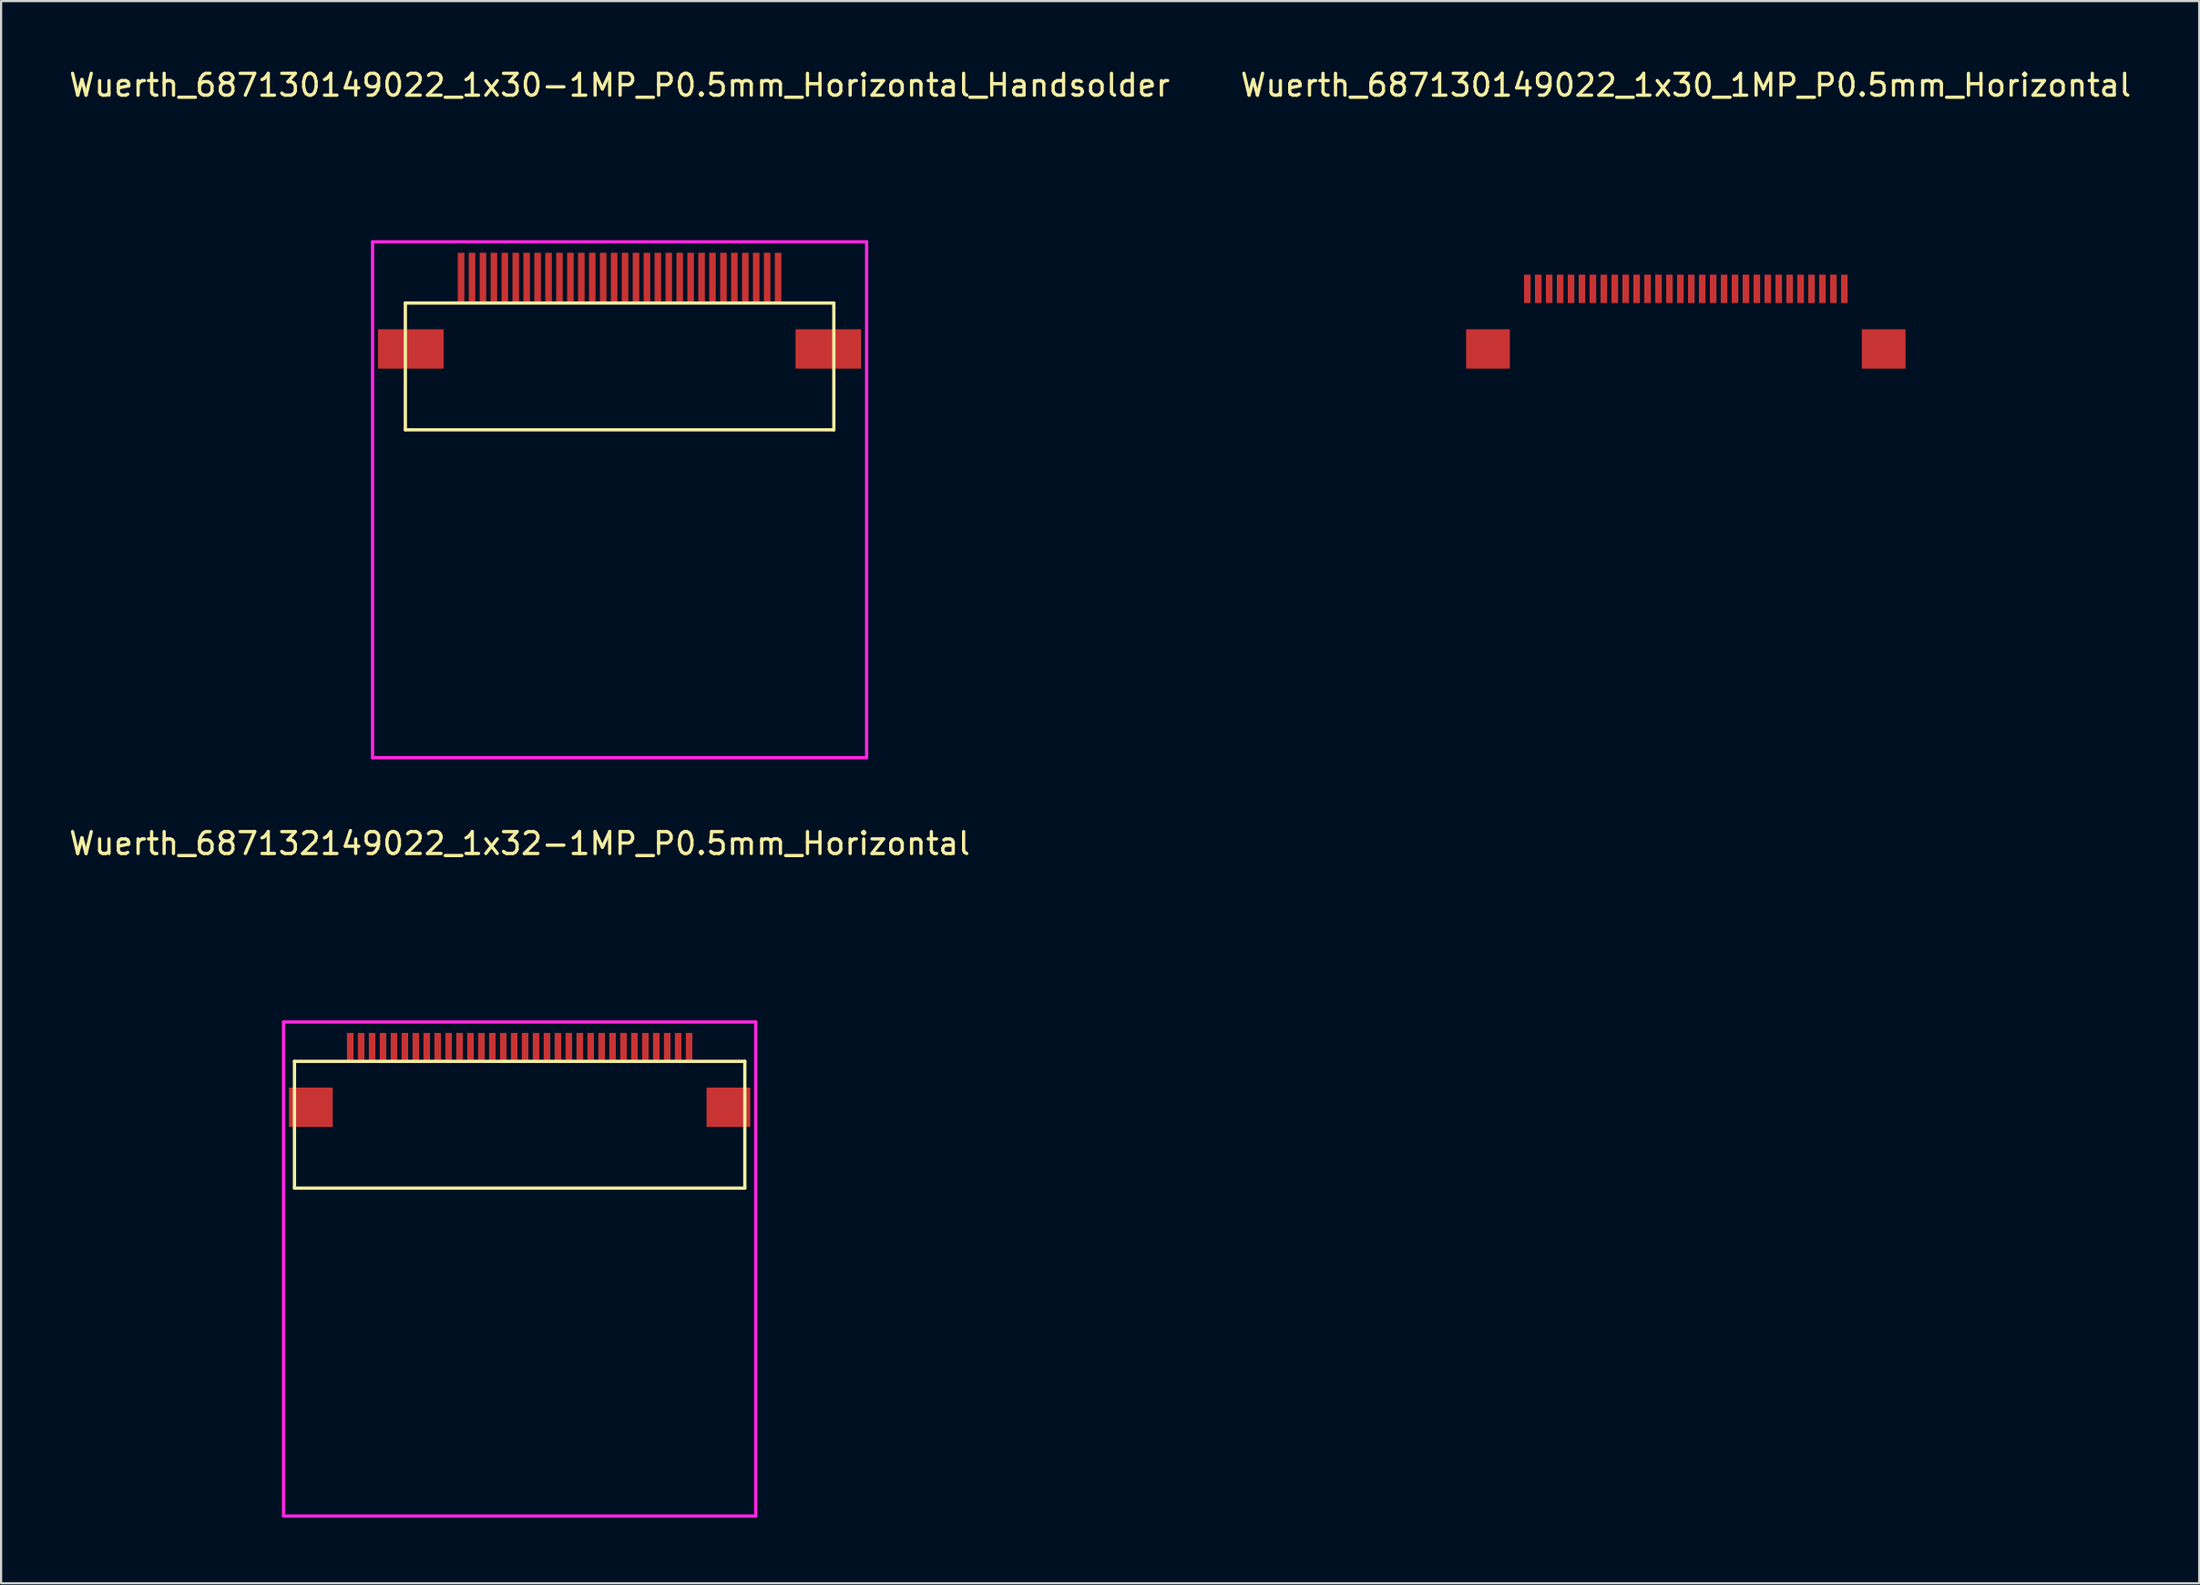
<source format=kicad_pcb>
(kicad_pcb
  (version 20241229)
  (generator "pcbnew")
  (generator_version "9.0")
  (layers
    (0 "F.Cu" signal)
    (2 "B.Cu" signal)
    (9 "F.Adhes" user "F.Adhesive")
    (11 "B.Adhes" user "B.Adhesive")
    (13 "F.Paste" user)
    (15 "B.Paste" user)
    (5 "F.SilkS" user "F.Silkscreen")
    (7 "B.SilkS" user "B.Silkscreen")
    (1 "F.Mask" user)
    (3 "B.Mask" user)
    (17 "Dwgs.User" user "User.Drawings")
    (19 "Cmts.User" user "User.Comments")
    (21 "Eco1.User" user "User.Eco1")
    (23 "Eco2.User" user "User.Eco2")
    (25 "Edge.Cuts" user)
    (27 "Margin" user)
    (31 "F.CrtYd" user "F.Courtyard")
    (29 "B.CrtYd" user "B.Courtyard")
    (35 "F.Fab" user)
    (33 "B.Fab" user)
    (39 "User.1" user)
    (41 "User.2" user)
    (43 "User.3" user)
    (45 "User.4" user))
  (footprint "Wuerth_687130149022_1x30-1MP_P0.5mm_Horizontal_Handsolder"
    (layer "F.Cu")
    (at 25.292 12.913)
    (property "Reference" "Wuerth_687130149022_1x30-1MP_P0.5mm_Horizontal_Handsolder" (at 0 -12.065 0) (layer "F.SilkS") (effects (font (size 1 1) (thickness 0.15))))
    (attr through_hole)
    (fp_line (start -9.8 -2.1) (end 9.8 -2.1) (stroke (width 0.15) (type solid)) (layer "F.SilkS"))
    (fp_line (start -9.8 3.7) (end -9.8 -2.1) (stroke (width 0.15) (type solid)) (layer "F.SilkS"))
    (fp_line (start 9.8 -2.1) (end 9.8 3.7) (stroke (width 0.15) (type solid)) (layer "F.SilkS"))
    (fp_line (start 9.8 3.7) (end -9.8 3.7) (stroke (width 0.15) (type solid)) (layer "F.SilkS"))
    (fp_line (start -11.3 -4.9) (end 11.3 -4.9) (stroke (width 0.15) (type solid)) (layer "F.CrtYd"))
    (fp_line (start -11.3 18.7) (end -11.3 -4.9) (stroke (width 0.15) (type solid)) (layer "F.CrtYd"))
    (fp_line (start 11.3 -4.9) (end 11.3 18.7) (stroke (width 0.15) (type solid)) (layer "F.CrtYd"))
    (fp_line (start 11.3 18.7) (end -11.3 18.7) (stroke (width 0.15) (type solid)) (layer "F.CrtYd"))
    (pad "1" smd rect (at -7.25 -3.25) (size 0.3 2.3) (layers "F.Cu" "F.Mask"))
    (pad "2" smd rect (at -6.75 -3.25) (size 0.3 2.3) (layers "F.Cu" "F.Mask"))
    (pad "3" smd rect (at -6.25 -3.25) (size 0.3 2.3) (layers "F.Cu" "F.Mask"))
    (pad "4" smd rect (at -5.75 -3.25) (size 0.3 2.3) (layers "F.Cu" "F.Mask"))
    (pad "5" smd rect (at -5.25 -3.25) (size 0.3 2.3) (layers "F.Cu" "F.Mask"))
    (pad "6" smd rect (at -4.75 -3.25) (size 0.3 2.3) (layers "F.Cu" "F.Mask"))
    (pad "7" smd rect (at -4.25 -3.25) (size 0.3 2.3) (layers "F.Cu" "F.Mask"))
    (pad "8" smd rect (at -3.75 -3.25) (size 0.3 2.3) (layers "F.Cu" "F.Mask"))
    (pad "9" smd rect (at -3.25 -3.25) (size 0.3 2.3) (layers "F.Cu" "F.Mask"))
    (pad "10" smd rect (at -2.75 -3.25) (size 0.3 2.3) (layers "F.Cu" "F.Mask"))
    (pad "11" smd rect (at -2.25 -3.25) (size 0.3 2.3) (layers "F.Cu" "F.Mask"))
    (pad "12" smd rect (at -1.75 -3.25) (size 0.3 2.3) (layers "F.Cu" "F.Mask"))
    (pad "13" smd rect (at -1.25 -3.25) (size 0.3 2.3) (layers "F.Cu" "F.Mask"))
    (pad "14" smd rect (at -0.75 -3.25) (size 0.3 2.3) (layers "F.Cu" "F.Mask"))
    (pad "15" smd rect (at -0.25 -3.25) (size 0.3 2.3) (layers "F.Cu" "F.Mask"))
    (pad "16" smd rect (at 0.25 -3.25) (size 0.3 2.3) (layers "F.Cu" "F.Mask"))
    (pad "17" smd rect (at 0.75 -3.25) (size 0.3 2.3) (layers "F.Cu" "F.Mask"))
    (pad "18" smd rect (at 1.25 -3.25) (size 0.3 2.3) (layers "F.Cu" "F.Mask"))
    (pad "19" smd rect (at 1.75 -3.25) (size 0.3 2.3) (layers "F.Cu" "F.Mask"))
    (pad "20" smd rect (at 2.25 -3.25) (size 0.3 2.3) (layers "F.Cu" "F.Mask"))
    (pad "21" smd rect (at 2.75 -3.25) (size 0.3 2.3) (layers "F.Cu" "F.Mask"))
    (pad "22" smd rect (at 3.25 -3.25) (size 0.3 2.3) (layers "F.Cu" "F.Mask"))
    (pad "23" smd rect (at 3.75 -3.25) (size 0.3 2.3) (layers "F.Cu" "F.Mask"))
    (pad "24" smd rect (at 4.25 -3.25) (size 0.3 2.3) (layers "F.Cu" "F.Mask"))
    (pad "25" smd rect (at 4.75 -3.25) (size 0.3 2.3) (layers "F.Cu" "F.Mask"))
    (pad "26" smd rect (at 5.25 -3.25) (size 0.3 2.3) (layers "F.Cu" "F.Mask"))
    (pad "27" smd rect (at 5.75 -3.25) (size 0.3 2.3) (layers "F.Cu" "F.Mask"))
    (pad "28" smd rect (at 6.25 -3.25) (size 0.3 2.3) (layers "F.Cu" "F.Mask"))
    (pad "29" smd rect (at 6.75 -3.25) (size 0.3 2.3) (layers "F.Cu" "F.Mask"))
    (pad "30" smd rect (at 7.25 -3.25) (size 0.3 2.3) (layers "F.Cu" "F.Mask"))
    (pad "MP" smd rect (at -9.55 0) (size 3 1.8) (layers "F.Cu" "F.Mask"))
    (pad "MP" smd rect (at 9.55 0) (size 3 1.8) (layers "F.Cu" "F.Mask")))
  (footprint "Wuerth_687132149022_1x32-1MP_P0.5mm_Horizontal"
    (layer "F.Cu")
    (at 20.72 47.602)
    (property "Reference" "Wuerth_687132149022_1x32-1MP_P0.5mm_Horizontal" (at 0 -12.065 0) (layer "F.SilkS") (effects (font (size 1 1) (thickness 0.15))))
    (attr through_hole)
    (fp_line (start -10.3 -2.1) (end 10.3 -2.1) (stroke (width 0.15) (type solid)) (layer "F.SilkS"))
    (fp_line (start -10.3 3.7) (end -10.3 -2.1) (stroke (width 0.15) (type solid)) (layer "F.SilkS"))
    (fp_line (start 10.3 -2.1) (end 10.3 3.7) (stroke (width 0.15) (type solid)) (layer "F.SilkS"))
    (fp_line (start 10.3 3.7) (end -10.3 3.7) (stroke (width 0.15) (type solid)) (layer "F.SilkS"))
    (fp_line (start -10.8 -3.9) (end 10.8 -3.9) (stroke (width 0.15) (type solid)) (layer "F.CrtYd"))
    (fp_line (start -10.8 18.7) (end -10.8 -3.9) (stroke (width 0.15) (type solid)) (layer "F.CrtYd"))
    (fp_line (start 10.8 -3.9) (end 10.8 18.7) (stroke (width 0.15) (type solid)) (layer "F.CrtYd"))
    (fp_line (start 10.8 18.7) (end -10.8 18.7) (stroke (width 0.15) (type solid)) (layer "F.CrtYd"))
    (pad "1" smd rect (at -7.75 -2.75) (size 0.3 1.3) (layers "F.Cu" "F.Mask" "F.Paste"))
    (pad "2" smd rect (at -7.25 -2.75) (size 0.3 1.3) (layers "F.Cu" "F.Mask" "F.Paste"))
    (pad "3" smd rect (at -6.75 -2.75) (size 0.3 1.3) (layers "F.Cu" "F.Mask" "F.Paste"))
    (pad "4" smd rect (at -6.25 -2.75) (size 0.3 1.3) (layers "F.Cu" "F.Mask" "F.Paste"))
    (pad "5" smd rect (at -5.75 -2.75) (size 0.3 1.3) (layers "F.Cu" "F.Mask" "F.Paste"))
    (pad "6" smd rect (at -5.25 -2.75) (size 0.3 1.3) (layers "F.Cu" "F.Mask" "F.Paste"))
    (pad "7" smd rect (at -4.75 -2.75) (size 0.3 1.3) (layers "F.Cu" "F.Mask" "F.Paste"))
    (pad "8" smd rect (at -4.25 -2.75) (size 0.3 1.3) (layers "F.Cu" "F.Mask" "F.Paste"))
    (pad "9" smd rect (at -3.75 -2.75) (size 0.3 1.3) (layers "F.Cu" "F.Mask" "F.Paste"))
    (pad "10" smd rect (at -3.25 -2.75) (size 0.3 1.3) (layers "F.Cu" "F.Mask" "F.Paste"))
    (pad "11" smd rect (at -2.75 -2.75) (size 0.3 1.3) (layers "F.Cu" "F.Mask" "F.Paste"))
    (pad "12" smd rect (at -2.25 -2.75) (size 0.3 1.3) (layers "F.Cu" "F.Mask" "F.Paste"))
    (pad "13" smd rect (at -1.75 -2.75) (size 0.3 1.3) (layers "F.Cu" "F.Mask" "F.Paste"))
    (pad "14" smd rect (at -1.25 -2.75) (size 0.3 1.3) (layers "F.Cu" "F.Mask" "F.Paste"))
    (pad "15" smd rect (at -0.75 -2.75) (size 0.3 1.3) (layers "F.Cu" "F.Mask" "F.Paste"))
    (pad "16" smd rect (at -0.25 -2.75) (size 0.3 1.3) (layers "F.Cu" "F.Mask" "F.Paste"))
    (pad "17" smd rect (at 0.25 -2.75) (size 0.3 1.3) (layers "F.Cu" "F.Mask" "F.Paste"))
    (pad "18" smd rect (at 0.75 -2.75) (size 0.3 1.3) (layers "F.Cu" "F.Mask" "F.Paste"))
    (pad "19" smd rect (at 1.25 -2.75) (size 0.3 1.3) (layers "F.Cu" "F.Mask" "F.Paste"))
    (pad "20" smd rect (at 1.75 -2.75) (size 0.3 1.3) (layers "F.Cu" "F.Mask" "F.Paste"))
    (pad "21" smd rect (at 2.25 -2.75) (size 0.3 1.3) (layers "F.Cu" "F.Mask" "F.Paste"))
    (pad "22" smd rect (at 2.75 -2.75) (size 0.3 1.3) (layers "F.Cu" "F.Mask" "F.Paste"))
    (pad "23" smd rect (at 3.25 -2.75) (size 0.3 1.3) (layers "F.Cu" "F.Mask" "F.Paste"))
    (pad "24" smd rect (at 3.75 -2.75) (size 0.3 1.3) (layers "F.Cu" "F.Mask" "F.Paste"))
    (pad "25" smd rect (at 4.25 -2.75) (size 0.3 1.3) (layers "F.Cu" "F.Mask" "F.Paste"))
    (pad "26" smd rect (at 4.75 -2.75) (size 0.3 1.3) (layers "F.Cu" "F.Mask" "F.Paste"))
    (pad "27" smd rect (at 5.25 -2.75) (size 0.3 1.3) (layers "F.Cu" "F.Mask" "F.Paste"))
    (pad "28" smd rect (at 5.75 -2.75) (size 0.3 1.3) (layers "F.Cu" "F.Mask" "F.Paste"))
    (pad "29" smd rect (at 6.25 -2.75) (size 0.3 1.3) (layers "F.Cu" "F.Mask" "F.Paste"))
    (pad "30" smd rect (at 6.75 -2.75) (size 0.3 1.3) (layers "F.Cu" "F.Mask" "F.Paste"))
    (pad "31" smd rect (at 7.25 -2.75) (size 0.3 1.3) (layers "F.Cu" "F.Mask" "F.Paste"))
    (pad "32" smd rect (at 7.75 -2.75) (size 0.3 1.3) (layers "F.Cu" "F.Mask" "F.Paste"))
    (pad "MP" smd rect (at -9.55 0) (size 2 1.8) (layers "F.Cu" "F.Mask" "F.Paste"))
    (pad "MP" smd rect (at 9.55 0) (size 2 1.8) (layers "F.Cu" "F.Mask" "F.Paste")))
  (footprint "Wuerth_687130149022_1x30_1MP_P0.5mm_Horizontal"
    (layer "F.Cu")
    (at 74.065 12.913)
    (property "Reference" "Wuerth_687130149022_1x30_1MP_P0.5mm_Horizontal" (at 0 -12.065 0) (layer "F.SilkS") (effects (font (size 1 1) (thickness 0.15))))
    (attr through_hole)
    (pad "1" smd rect (at -7.25 -2.75) (size 0.3 1.3) (layers "F.Cu" "F.Mask"))
    (pad "2" smd rect (at -6.75 -2.75) (size 0.3 1.3) (layers "F.Cu" "F.Mask"))
    (pad "3" smd rect (at -6.25 -2.75) (size 0.3 1.3) (layers "F.Cu" "F.Mask"))
    (pad "4" smd rect (at -5.75 -2.75) (size 0.3 1.3) (layers "F.Cu" "F.Mask"))
    (pad "5" smd rect (at -5.25 -2.75) (size 0.3 1.3) (layers "F.Cu" "F.Mask"))
    (pad "6" smd rect (at -4.75 -2.75) (size 0.3 1.3) (layers "F.Cu" "F.Mask"))
    (pad "7" smd rect (at -4.25 -2.75) (size 0.3 1.3) (layers "F.Cu" "F.Mask"))
    (pad "8" smd rect (at -3.75 -2.75) (size 0.3 1.3) (layers "F.Cu" "F.Mask"))
    (pad "9" smd rect (at -3.25 -2.75) (size 0.3 1.3) (layers "F.Cu" "F.Mask"))
    (pad "10" smd rect (at -2.75 -2.75) (size 0.3 1.3) (layers "F.Cu" "F.Mask"))
    (pad "11" smd rect (at -2.25 -2.75) (size 0.3 1.3) (layers "F.Cu" "F.Mask"))
    (pad "12" smd rect (at -1.75 -2.75) (size 0.3 1.3) (layers "F.Cu" "F.Mask"))
    (pad "13" smd rect (at -1.25 -2.75) (size 0.3 1.3) (layers "F.Cu" "F.Mask"))
    (pad "14" smd rect (at -0.75 -2.75) (size 0.3 1.3) (layers "F.Cu" "F.Mask"))
    (pad "15" smd rect (at -0.25 -2.75) (size 0.3 1.3) (layers "F.Cu" "F.Mask"))
    (pad "16" smd rect (at 0.25 -2.75) (size 0.3 1.3) (layers "F.Cu" "F.Mask"))
    (pad "17" smd rect (at 0.75 -2.75) (size 0.3 1.3) (layers "F.Cu" "F.Mask"))
    (pad "18" smd rect (at 1.25 -2.75) (size 0.3 1.3) (layers "F.Cu" "F.Mask"))
    (pad "19" smd rect (at 1.75 -2.75) (size 0.3 1.3) (layers "F.Cu" "F.Mask"))
    (pad "20" smd rect (at 2.25 -2.75) (size 0.3 1.3) (layers "F.Cu" "F.Mask"))
    (pad "21" smd rect (at 2.75 -2.75) (size 0.3 1.3) (layers "F.Cu" "F.Mask"))
    (pad "22" smd rect (at 3.25 -2.75) (size 0.3 1.3) (layers "F.Cu" "F.Mask"))
    (pad "23" smd rect (at 3.75 -2.75) (size 0.3 1.3) (layers "F.Cu" "F.Mask"))
    (pad "24" smd rect (at 4.25 -2.75) (size 0.3 1.3) (layers "F.Cu" "F.Mask"))
    (pad "25" smd rect (at 4.75 -2.75) (size 0.3 1.3) (layers "F.Cu" "F.Mask"))
    (pad "26" smd rect (at 5.25 -2.75) (size 0.3 1.3) (layers "F.Cu" "F.Mask"))
    (pad "27" smd rect (at 5.75 -2.75) (size 0.3 1.3) (layers "F.Cu" "F.Mask"))
    (pad "28" smd rect (at 6.25 -2.75) (size 0.3 1.3) (layers "F.Cu" "F.Mask"))
    (pad "29" smd rect (at 6.75 -2.75) (size 0.3 1.3) (layers "F.Cu" "F.Mask"))
    (pad "30" smd rect (at 7.25 -2.75) (size 0.3 1.3) (layers "F.Cu" "F.Mask"))
    (pad "MP" smd rect (at -9.05 0) (size 2 1.8) (layers "F.Cu" "F.Mask"))
    (pad "MP" smd rect (at 9.05 0) (size 2 1.8) (layers "F.Cu" "F.Mask")))
  (gr_rect
    (start -3 -3)
    (end 97.548 69.376)
    (stroke (width 0.1) (type default))
    (fill no)
    (layer "Edge.Cuts")))
</source>
